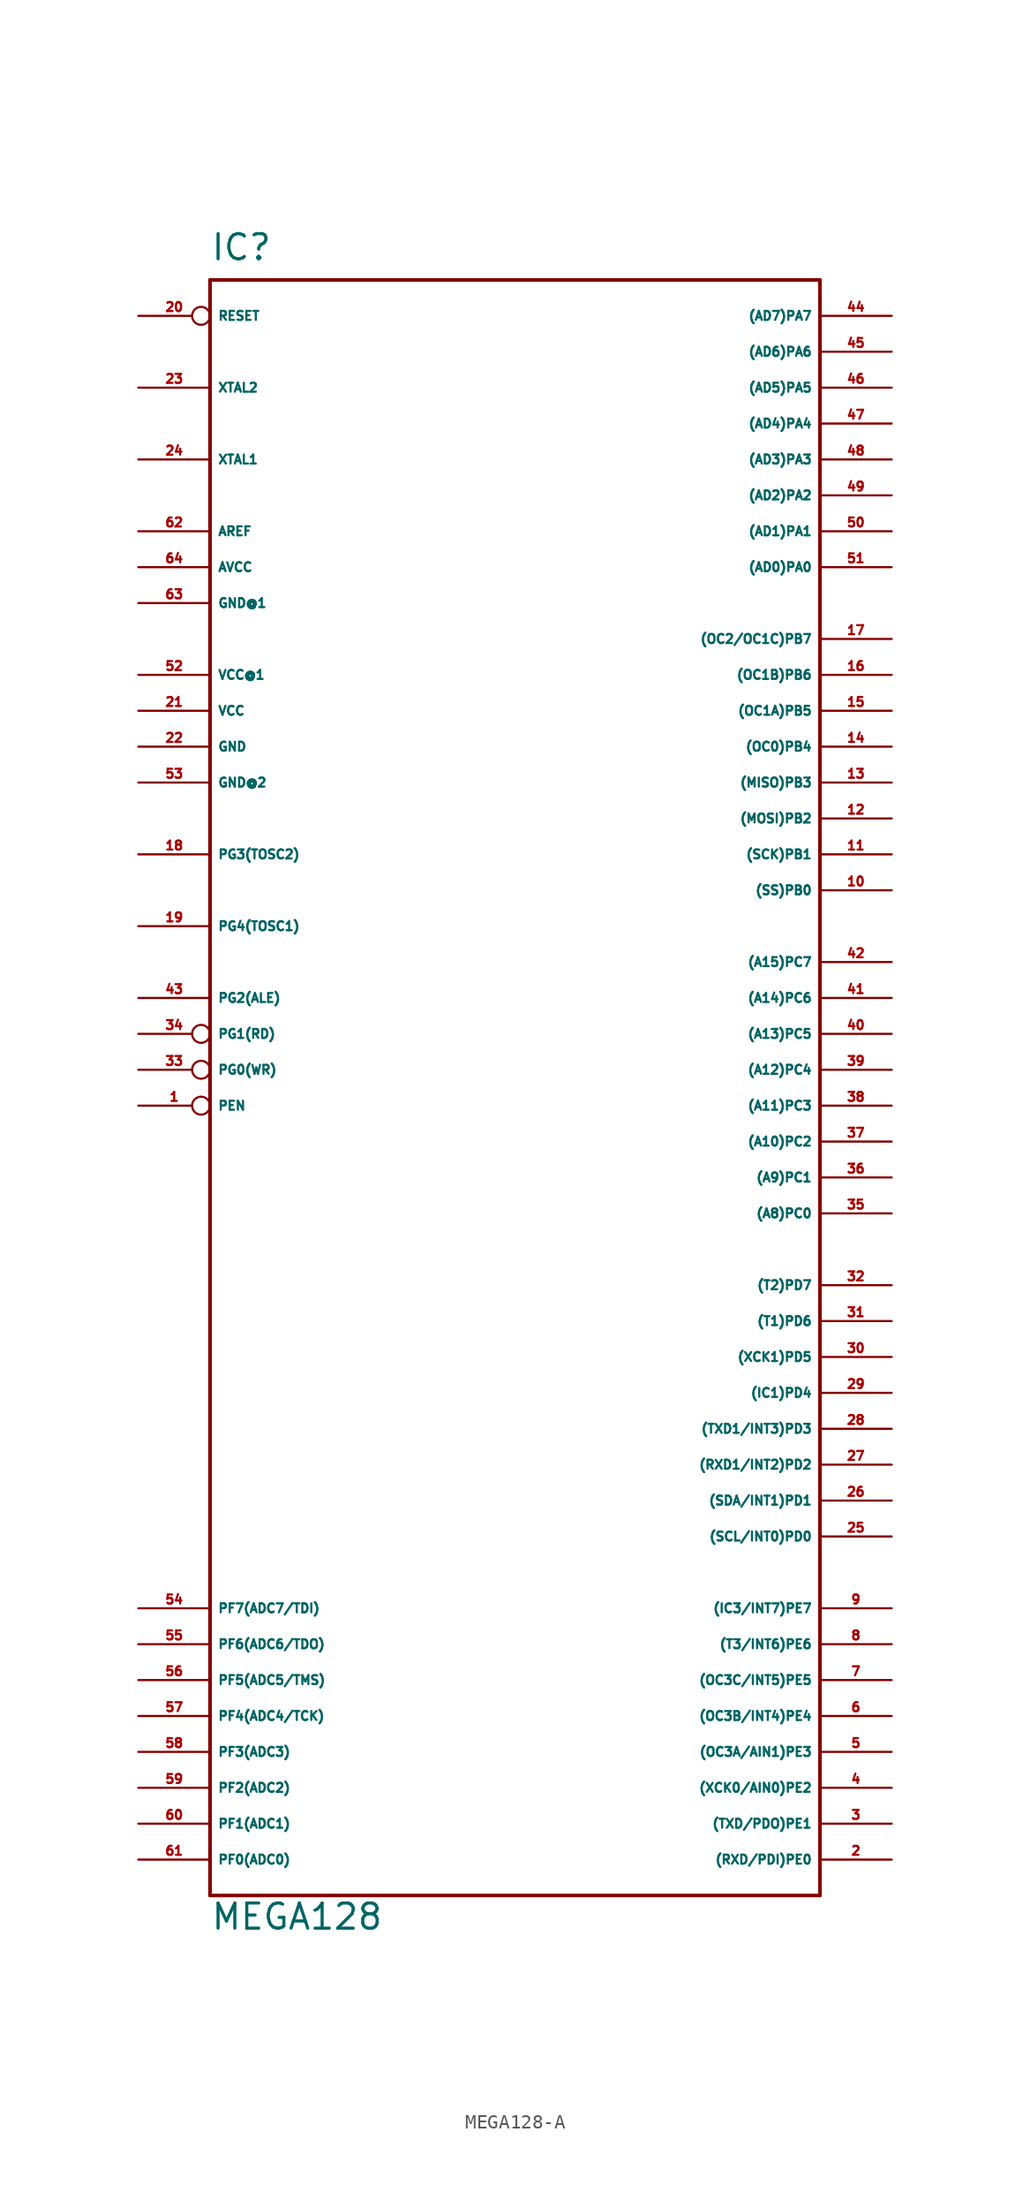
<source format=kicad_sym>
(kicad_symbol_lib
  (version 20220914)
  (generator Eagle2Kicad)
  (symbol "MEGA128-A"
    (property "Reference" "IC"
      (at -22.86 57.15 0)
      (effects (font (size 1.778 1.778) (thickness 0.22)) (justify left bottom)))
    (property "Value" "MEGA128"
      (at -22.86 -60.96 0)
      (effects (font (size 1.778 1.778) (thickness 0.22)) (justify left bottom)))
    (polyline
      (pts (xy -22.86 55.88) (xy 20.32 55.88))
      (stroke (width 0.254) (type default))
      (fill (type none)))
    (polyline
      (pts (xy 20.32 55.88) (xy 20.32 -58.42))
      (stroke (width 0.254) (type default))
      (fill (type none)))
    (polyline
      (pts (xy 20.32 -58.42) (xy -22.86 -58.42))
      (stroke (width 0.254) (type default))
      (fill (type none)))
    (polyline
      (pts (xy -22.86 -58.42) (xy -22.86 55.88))
      (stroke (width 0.254) (type default))
      (fill (type none)))
    (pin input line
      (at -27.94 -55.88 0)
      (length 5.08)
      (name "PF0(ADC0)" (effects (font (size 0.635 0.635) (thickness 0.08)) (justify left bottom)))
      (number "61" (effects (font (size 0.635 0.635) (thickness 0.08)) (justify left bottom))))
    (pin input line
      (at -27.94 -53.34 0)
      (length 5.08)
      (name "PF1(ADC1)" (effects (font (size 0.635 0.635) (thickness 0.08)) (justify left bottom)))
      (number "60" (effects (font (size 0.635 0.635) (thickness 0.08)) (justify left bottom))))
    (pin input line
      (at -27.94 -50.8 0)
      (length 5.08)
      (name "PF2(ADC2)" (effects (font (size 0.635 0.635) (thickness 0.08)) (justify left bottom)))
      (number "59" (effects (font (size 0.635 0.635) (thickness 0.08)) (justify left bottom))))
    (pin input line
      (at -27.94 -48.26 0)
      (length 5.08)
      (name "PF3(ADC3)" (effects (font (size 0.635 0.635) (thickness 0.08)) (justify left bottom)))
      (number "58" (effects (font (size 0.635 0.635) (thickness 0.08)) (justify left bottom))))
    (pin input line
      (at -27.94 -45.72 0)
      (length 5.08)
      (name "PF4(ADC4/TCK)" (effects (font (size 0.635 0.635) (thickness 0.08)) (justify left bottom)))
      (number "57" (effects (font (size 0.635 0.635) (thickness 0.08)) (justify left bottom))))
    (pin input line
      (at -27.94 -43.18 0)
      (length 5.08)
      (name "PF5(ADC5/TMS)" (effects (font (size 0.635 0.635) (thickness 0.08)) (justify left bottom)))
      (number "56" (effects (font (size 0.635 0.635) (thickness 0.08)) (justify left bottom))))
    (pin input line
      (at -27.94 -40.64 0)
      (length 5.08)
      (name "PF6(ADC6/TDO)" (effects (font (size 0.635 0.635) (thickness 0.08)) (justify left bottom)))
      (number "55" (effects (font (size 0.635 0.635) (thickness 0.08)) (justify left bottom))))
    (pin input line
      (at -27.94 -38.1 0)
      (length 5.08)
      (name "PF7(ADC7/TDI)" (effects (font (size 0.635 0.635) (thickness 0.08)) (justify left bottom)))
      (number "54" (effects (font (size 0.635 0.635) (thickness 0.08)) (justify left bottom))))
    (pin bidirectional line
      (at 25.4 -55.88 180)
      (length 5.08)
      (name "(RXD/PDI)PE0" (effects (font (size 0.635 0.635) (thickness 0.08)) (justify left bottom)))
      (number "2" (effects (font (size 0.635 0.635) (thickness 0.08)) (justify left bottom))))
    (pin bidirectional line
      (at 25.4 -53.34 180)
      (length 5.08)
      (name "(TXD/PDO)PE1" (effects (font (size 0.635 0.635) (thickness 0.08)) (justify left bottom)))
      (number "3" (effects (font (size 0.635 0.635) (thickness 0.08)) (justify left bottom))))
    (pin bidirectional line
      (at 25.4 -50.8 180)
      (length 5.08)
      (name "(XCK0/AIN0)PE2" (effects (font (size 0.635 0.635) (thickness 0.08)) (justify left bottom)))
      (number "4" (effects (font (size 0.635 0.635) (thickness 0.08)) (justify left bottom))))
    (pin bidirectional line
      (at 25.4 -48.26 180)
      (length 5.08)
      (name "(OC3A/AIN1)PE3" (effects (font (size 0.635 0.635) (thickness 0.08)) (justify left bottom)))
      (number "5" (effects (font (size 0.635 0.635) (thickness 0.08)) (justify left bottom))))
    (pin bidirectional line
      (at 25.4 -45.72 180)
      (length 5.08)
      (name "(OC3B/INT4)PE4" (effects (font (size 0.635 0.635) (thickness 0.08)) (justify left bottom)))
      (number "6" (effects (font (size 0.635 0.635) (thickness 0.08)) (justify left bottom))))
    (pin bidirectional line
      (at 25.4 -43.18 180)
      (length 5.08)
      (name "(OC3C/INT5)PE5" (effects (font (size 0.635 0.635) (thickness 0.08)) (justify left bottom)))
      (number "7" (effects (font (size 0.635 0.635) (thickness 0.08)) (justify left bottom))))
    (pin bidirectional line
      (at 25.4 -40.64 180)
      (length 5.08)
      (name "(T3/INT6)PE6" (effects (font (size 0.635 0.635) (thickness 0.08)) (justify left bottom)))
      (number "8" (effects (font (size 0.635 0.635) (thickness 0.08)) (justify left bottom))))
    (pin bidirectional line
      (at 25.4 -38.1 180)
      (length 5.08)
      (name "(IC3/INT7)PE7" (effects (font (size 0.635 0.635) (thickness 0.08)) (justify left bottom)))
      (number "9" (effects (font (size 0.635 0.635) (thickness 0.08)) (justify left bottom))))
    (pin bidirectional line
      (at 25.4 -15.24 180)
      (length 5.08)
      (name "(T2)PD7" (effects (font (size 0.635 0.635) (thickness 0.08)) (justify left bottom)))
      (number "32" (effects (font (size 0.635 0.635) (thickness 0.08)) (justify left bottom))))
    (pin bidirectional line
      (at 25.4 -17.78 180)
      (length 5.08)
      (name "(T1)PD6" (effects (font (size 0.635 0.635) (thickness 0.08)) (justify left bottom)))
      (number "31" (effects (font (size 0.635 0.635) (thickness 0.08)) (justify left bottom))))
    (pin bidirectional line
      (at 25.4 -20.32 180)
      (length 5.08)
      (name "(XCK1)PD5" (effects (font (size 0.635 0.635) (thickness 0.08)) (justify left bottom)))
      (number "30" (effects (font (size 0.635 0.635) (thickness 0.08)) (justify left bottom))))
    (pin bidirectional line
      (at 25.4 -22.86 180)
      (length 5.08)
      (name "(IC1)PD4" (effects (font (size 0.635 0.635) (thickness 0.08)) (justify left bottom)))
      (number "29" (effects (font (size 0.635 0.635) (thickness 0.08)) (justify left bottom))))
    (pin bidirectional line
      (at 25.4 -25.4 180)
      (length 5.08)
      (name "(TXD1/INT3)PD3" (effects (font (size 0.635 0.635) (thickness 0.08)) (justify left bottom)))
      (number "28" (effects (font (size 0.635 0.635) (thickness 0.08)) (justify left bottom))))
    (pin bidirectional line
      (at 25.4 -27.94 180)
      (length 5.08)
      (name "(RXD1/INT2)PD2" (effects (font (size 0.635 0.635) (thickness 0.08)) (justify left bottom)))
      (number "27" (effects (font (size 0.635 0.635) (thickness 0.08)) (justify left bottom))))
    (pin bidirectional line
      (at 25.4 -30.48 180)
      (length 5.08)
      (name "(SDA/INT1)PD1" (effects (font (size 0.635 0.635) (thickness 0.08)) (justify left bottom)))
      (number "26" (effects (font (size 0.635 0.635) (thickness 0.08)) (justify left bottom))))
    (pin bidirectional line
      (at 25.4 -33.02 180)
      (length 5.08)
      (name "(SCL/INT0)PD0" (effects (font (size 0.635 0.635) (thickness 0.08)) (justify left bottom)))
      (number "25" (effects (font (size 0.635 0.635) (thickness 0.08)) (justify left bottom))))
    (pin output line
      (at 25.4 7.62 180)
      (length 5.08)
      (name "(A15)PC7" (effects (font (size 0.635 0.635) (thickness 0.08)) (justify left bottom)))
      (number "42" (effects (font (size 0.635 0.635) (thickness 0.08)) (justify left bottom))))
    (pin output line
      (at 25.4 5.08 180)
      (length 5.08)
      (name "(A14)PC6" (effects (font (size 0.635 0.635) (thickness 0.08)) (justify left bottom)))
      (number "41" (effects (font (size 0.635 0.635) (thickness 0.08)) (justify left bottom))))
    (pin output line
      (at 25.4 2.54 180)
      (length 5.08)
      (name "(A13)PC5" (effects (font (size 0.635 0.635) (thickness 0.08)) (justify left bottom)))
      (number "40" (effects (font (size 0.635 0.635) (thickness 0.08)) (justify left bottom))))
    (pin output line
      (at 25.4 0 180)
      (length 5.08)
      (name "(A12)PC4" (effects (font (size 0.635 0.635) (thickness 0.08)) (justify left bottom)))
      (number "39" (effects (font (size 0.635 0.635) (thickness 0.08)) (justify left bottom))))
    (pin output line
      (at 25.4 -2.54 180)
      (length 5.08)
      (name "(A11)PC3" (effects (font (size 0.635 0.635) (thickness 0.08)) (justify left bottom)))
      (number "38" (effects (font (size 0.635 0.635) (thickness 0.08)) (justify left bottom))))
    (pin output line
      (at 25.4 -5.08 180)
      (length 5.08)
      (name "(A10)PC2" (effects (font (size 0.635 0.635) (thickness 0.08)) (justify left bottom)))
      (number "37" (effects (font (size 0.635 0.635) (thickness 0.08)) (justify left bottom))))
    (pin output line
      (at 25.4 -7.62 180)
      (length 5.08)
      (name "(A9)PC1" (effects (font (size 0.635 0.635) (thickness 0.08)) (justify left bottom)))
      (number "36" (effects (font (size 0.635 0.635) (thickness 0.08)) (justify left bottom))))
    (pin output line
      (at 25.4 -10.16 180)
      (length 5.08)
      (name "(A8)PC0" (effects (font (size 0.635 0.635) (thickness 0.08)) (justify left bottom)))
      (number "35" (effects (font (size 0.635 0.635) (thickness 0.08)) (justify left bottom))))
    (pin bidirectional line
      (at 25.4 30.48 180)
      (length 5.08)
      (name "(OC2/OC1C)PB7" (effects (font (size 0.635 0.635) (thickness 0.08)) (justify left bottom)))
      (number "17" (effects (font (size 0.635 0.635) (thickness 0.08)) (justify left bottom))))
    (pin bidirectional line
      (at 25.4 27.94 180)
      (length 5.08)
      (name "(OC1B)PB6" (effects (font (size 0.635 0.635) (thickness 0.08)) (justify left bottom)))
      (number "16" (effects (font (size 0.635 0.635) (thickness 0.08)) (justify left bottom))))
    (pin bidirectional line
      (at 25.4 25.4 180)
      (length 5.08)
      (name "(OC1A)PB5" (effects (font (size 0.635 0.635) (thickness 0.08)) (justify left bottom)))
      (number "15" (effects (font (size 0.635 0.635) (thickness 0.08)) (justify left bottom))))
    (pin bidirectional line
      (at 25.4 22.86 180)
      (length 5.08)
      (name "(OC0)PB4" (effects (font (size 0.635 0.635) (thickness 0.08)) (justify left bottom)))
      (number "14" (effects (font (size 0.635 0.635) (thickness 0.08)) (justify left bottom))))
    (pin bidirectional line
      (at 25.4 20.32 180)
      (length 5.08)
      (name "(MISO)PB3" (effects (font (size 0.635 0.635) (thickness 0.08)) (justify left bottom)))
      (number "13" (effects (font (size 0.635 0.635) (thickness 0.08)) (justify left bottom))))
    (pin bidirectional line
      (at 25.4 17.78 180)
      (length 5.08)
      (name "(MOSI)PB2" (effects (font (size 0.635 0.635) (thickness 0.08)) (justify left bottom)))
      (number "12" (effects (font (size 0.635 0.635) (thickness 0.08)) (justify left bottom))))
    (pin bidirectional line
      (at 25.4 15.24 180)
      (length 5.08)
      (name "(SCK)PB1" (effects (font (size 0.635 0.635) (thickness 0.08)) (justify left bottom)))
      (number "11" (effects (font (size 0.635 0.635) (thickness 0.08)) (justify left bottom))))
    (pin bidirectional line
      (at 25.4 12.7 180)
      (length 5.08)
      (name "(SS)PB0" (effects (font (size 0.635 0.635) (thickness 0.08)) (justify left bottom)))
      (number "10" (effects (font (size 0.635 0.635) (thickness 0.08)) (justify left bottom))))
    (pin bidirectional line
      (at 25.4 50.8 180)
      (length 5.08)
      (name "(AD6)PA6" (effects (font (size 0.635 0.635) (thickness 0.08)) (justify left bottom)))
      (number "45" (effects (font (size 0.635 0.635) (thickness 0.08)) (justify left bottom))))
    (pin bidirectional line
      (at 25.4 53.34 180)
      (length 5.08)
      (name "(AD7)PA7" (effects (font (size 0.635 0.635) (thickness 0.08)) (justify left bottom)))
      (number "44" (effects (font (size 0.635 0.635) (thickness 0.08)) (justify left bottom))))
    (pin bidirectional line
      (at 25.4 48.26 180)
      (length 5.08)
      (name "(AD5)PA5" (effects (font (size 0.635 0.635) (thickness 0.08)) (justify left bottom)))
      (number "46" (effects (font (size 0.635 0.635) (thickness 0.08)) (justify left bottom))))
    (pin bidirectional line
      (at 25.4 45.72 180)
      (length 5.08)
      (name "(AD4)PA4" (effects (font (size 0.635 0.635) (thickness 0.08)) (justify left bottom)))
      (number "47" (effects (font (size 0.635 0.635) (thickness 0.08)) (justify left bottom))))
    (pin bidirectional line
      (at 25.4 43.18 180)
      (length 5.08)
      (name "(AD3)PA3" (effects (font (size 0.635 0.635) (thickness 0.08)) (justify left bottom)))
      (number "48" (effects (font (size 0.635 0.635) (thickness 0.08)) (justify left bottom))))
    (pin bidirectional line
      (at 25.4 40.64 180)
      (length 5.08)
      (name "(AD2)PA2" (effects (font (size 0.635 0.635) (thickness 0.08)) (justify left bottom)))
      (number "49" (effects (font (size 0.635 0.635) (thickness 0.08)) (justify left bottom))))
    (pin bidirectional line
      (at 25.4 38.1 180)
      (length 5.08)
      (name "(AD1)PA1" (effects (font (size 0.635 0.635) (thickness 0.08)) (justify left bottom)))
      (number "50" (effects (font (size 0.635 0.635) (thickness 0.08)) (justify left bottom))))
    (pin bidirectional line
      (at 25.4 35.56 180)
      (length 5.08)
      (name "(AD0)PA0" (effects (font (size 0.635 0.635) (thickness 0.08)) (justify left bottom)))
      (number "51" (effects (font (size 0.635 0.635) (thickness 0.08)) (justify left bottom))))
    (pin unspecified line
      (at -27.94 35.56 0)
      (length 5.08)
      (name "AVCC" (effects (font (size 0.635 0.635) (thickness 0.08)) (justify left bottom)))
      (number "64" (effects (font (size 0.635 0.635) (thickness 0.08)) (justify left bottom))))
    (pin unspecified line
      (at -27.94 33.02 0)
      (length 5.08)
      (name "GND@1" (effects (font (size 0.635 0.635) (thickness 0.08)) (justify left bottom)))
      (number "63" (effects (font (size 0.635 0.635) (thickness 0.08)) (justify left bottom))))
    (pin passive line
      (at -27.94 38.1 0)
      (length 5.08)
      (name "AREF" (effects (font (size 0.635 0.635) (thickness 0.08)) (justify left bottom)))
      (number "62" (effects (font (size 0.635 0.635) (thickness 0.08)) (justify left bottom))))
    (pin bidirectional line
      (at -27.94 43.18 0)
      (length 5.08)
      (name "XTAL1" (effects (font (size 0.635 0.635) (thickness 0.08)) (justify left bottom)))
      (number "24" (effects (font (size 0.635 0.635) (thickness 0.08)) (justify left bottom))))
    (pin bidirectional line
      (at -27.94 48.26 0)
      (length 5.08)
      (name "XTAL2" (effects (font (size 0.635 0.635) (thickness 0.08)) (justify left bottom)))
      (number "23" (effects (font (size 0.635 0.635) (thickness 0.08)) (justify left bottom))))
    (pin unspecified line
      (at -27.94 27.94 0)
      (length 5.08)
      (name "VCC@1" (effects (font (size 0.635 0.635) (thickness 0.08)) (justify left bottom)))
      (number "52" (effects (font (size 0.635 0.635) (thickness 0.08)) (justify left bottom))))
    (pin unspecified line
      (at -27.94 25.4 0)
      (length 5.08)
      (name "VCC" (effects (font (size 0.635 0.635) (thickness 0.08)) (justify left bottom)))
      (number "21" (effects (font (size 0.635 0.635) (thickness 0.08)) (justify left bottom))))
    (pin unspecified line
      (at -27.94 20.32 0)
      (length 5.08)
      (name "GND@2" (effects (font (size 0.635 0.635) (thickness 0.08)) (justify left bottom)))
      (number "53" (effects (font (size 0.635 0.635) (thickness 0.08)) (justify left bottom))))
    (pin unspecified line
      (at -27.94 22.86 0)
      (length 5.08)
      (name "GND" (effects (font (size 0.635 0.635) (thickness 0.08)) (justify left bottom)))
      (number "22" (effects (font (size 0.635 0.635) (thickness 0.08)) (justify left bottom))))
    (pin bidirectional line
      (at -27.94 15.24 0)
      (length 5.08)
      (name "PG3(TOSC2)" (effects (font (size 0.635 0.635) (thickness 0.08)) (justify left bottom)))
      (number "18" (effects (font (size 0.635 0.635) (thickness 0.08)) (justify left bottom))))
    (pin bidirectional line
      (at -27.94 10.16 0)
      (length 5.08)
      (name "PG4(TOSC1)" (effects (font (size 0.635 0.635) (thickness 0.08)) (justify left bottom)))
      (number "19" (effects (font (size 0.635 0.635) (thickness 0.08)) (justify left bottom))))
    (pin bidirectional inverted
      (at -27.94 0 0)
      (length 5.08)
      (name "PG0(WR)" (effects (font (size 0.635 0.635) (thickness 0.08)) (justify left bottom)))
      (number "33" (effects (font (size 0.635 0.635) (thickness 0.08)) (justify left bottom))))
    (pin bidirectional inverted
      (at -27.94 2.54 0)
      (length 5.08)
      (name "PG1(RD)" (effects (font (size 0.635 0.635) (thickness 0.08)) (justify left bottom)))
      (number "34" (effects (font (size 0.635 0.635) (thickness 0.08)) (justify left bottom))))
    (pin bidirectional line
      (at -27.94 5.08 0)
      (length 5.08)
      (name "PG2(ALE)" (effects (font (size 0.635 0.635) (thickness 0.08)) (justify left bottom)))
      (number "43" (effects (font (size 0.635 0.635) (thickness 0.08)) (justify left bottom))))
    (pin input inverted
      (at -27.94 53.34 0)
      (length 5.08)
      (name "RESET" (effects (font (size 0.635 0.635) (thickness 0.08)) (justify left bottom)))
      (number "20" (effects (font (size 0.635 0.635) (thickness 0.08)) (justify left bottom))))
    (pin input inverted
      (at -27.94 -2.54 0)
      (length 5.08)
      (name "PEN" (effects (font (size 0.635 0.635) (thickness 0.08)) (justify left bottom)))
      (number "1" (effects (font (size 0.635 0.635) (thickness 0.08)) (justify left bottom))))))
</source>
